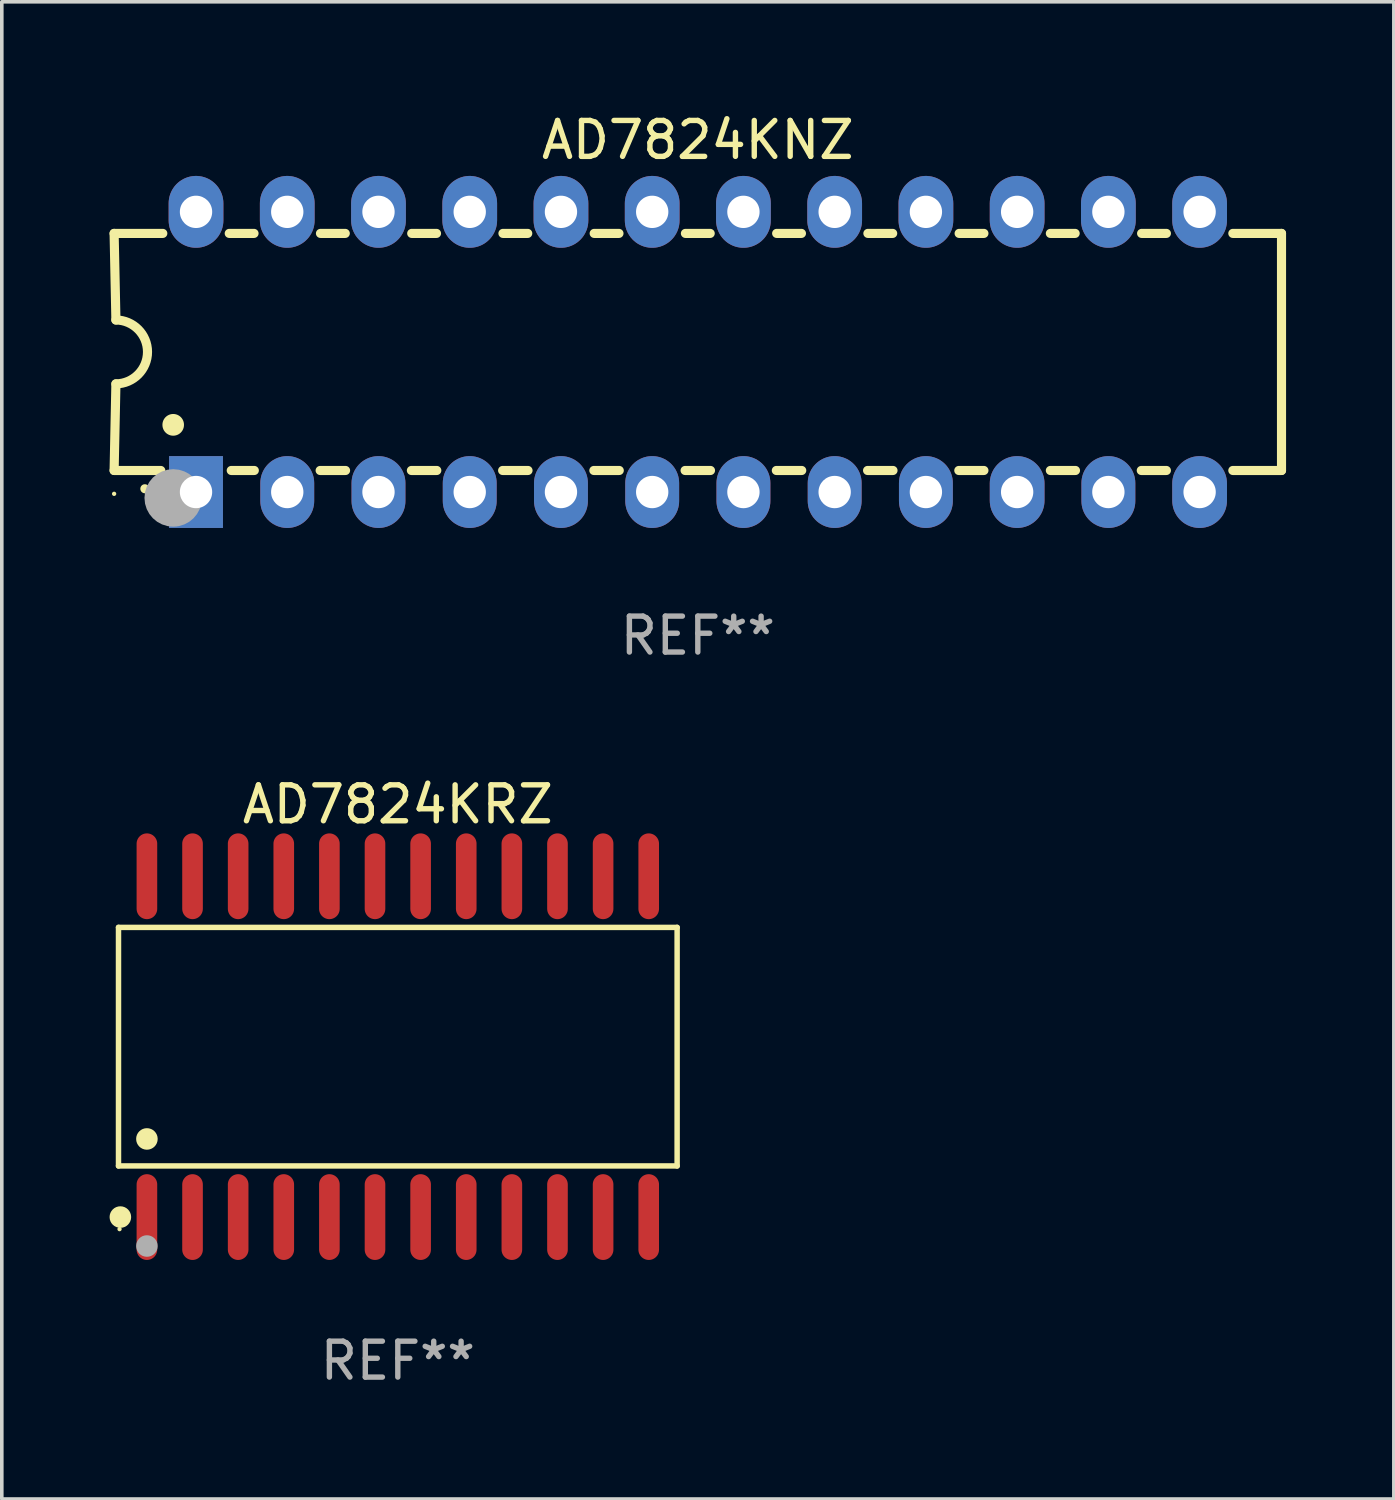
<source format=kicad_pcb>
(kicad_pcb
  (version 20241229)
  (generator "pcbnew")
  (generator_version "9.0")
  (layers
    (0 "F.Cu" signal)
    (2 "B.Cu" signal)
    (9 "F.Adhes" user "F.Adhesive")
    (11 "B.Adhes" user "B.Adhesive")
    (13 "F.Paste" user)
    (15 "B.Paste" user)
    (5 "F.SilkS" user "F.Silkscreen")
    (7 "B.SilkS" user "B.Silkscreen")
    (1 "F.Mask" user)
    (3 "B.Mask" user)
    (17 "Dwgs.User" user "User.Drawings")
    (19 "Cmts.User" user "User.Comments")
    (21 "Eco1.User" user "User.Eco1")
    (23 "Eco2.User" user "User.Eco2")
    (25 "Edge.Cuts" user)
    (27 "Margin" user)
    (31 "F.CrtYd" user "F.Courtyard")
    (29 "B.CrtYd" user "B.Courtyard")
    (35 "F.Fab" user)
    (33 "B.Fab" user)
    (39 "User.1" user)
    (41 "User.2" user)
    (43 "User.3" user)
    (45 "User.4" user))
  (footprint "AD7824KRZ"
    (layer "F.Cu")
    (at 8.025 26.089)
    (property "Reference" "AD7824KRZ" (at 0 -6.744 0) (layer "F.SilkS") (effects (font (size 1 1) (thickness 0.15))))
    (attr through_hole)
    (fp_line (start -7.776 -3.321) (end 7.776 -3.321) (stroke (width 0.152) (type solid)) (layer "F.SilkS"))
    (fp_line (start -7.776 3.321) (end -7.776 -3.321) (stroke (width 0.152) (type solid)) (layer "F.SilkS"))
    (fp_line (start 7.776 -3.321) (end 7.776 3.321) (stroke (width 0.152) (type solid)) (layer "F.SilkS"))
    (fp_line (start 7.776 3.321) (end -7.776 3.321) (stroke (width 0.152) (type solid)) (layer "F.SilkS"))
    (fp_circle (center -7.747 5.08) (end -7.717 5.08) (stroke (width 0.06) (type solid)) (fill no) (layer "F.SilkS"))
    (fp_circle (center -7.724 4.744) (end -7.574 4.744) (stroke (width 0.3) (type solid)) (fill no) (layer "F.SilkS"))
    (fp_circle (center -6.985 2.569) (end -6.835 2.569) (stroke (width 0.3) (type solid)) (fill no) (layer "F.SilkS"))
    (fp_circle (center -6.985 5.55) (end -6.835 5.55) (stroke (width 0.3) (type solid)) (fill no) (layer "F.Fab"))
    (fp_text user "REF**" (at 0 8.744 0) (layer "F.Fab") (effects (font (size 1 1) (thickness 0.15))))
    (pad "1" smd oval (at -6.985 4.744) (size 0.574 2.388) (layers "F.Cu" "F.Mask" "F.Paste"))
    (pad "2" smd oval (at -5.715 4.744) (size 0.574 2.388) (layers "F.Cu" "F.Mask" "F.Paste"))
    (pad "3" smd oval (at -4.445 4.744) (size 0.574 2.388) (layers "F.Cu" "F.Mask" "F.Paste"))
    (pad "4" smd oval (at -3.175 4.744) (size 0.574 2.388) (layers "F.Cu" "F.Mask" "F.Paste"))
    (pad "5" smd oval (at -1.905 4.744) (size 0.574 2.388) (layers "F.Cu" "F.Mask" "F.Paste"))
    (pad "6" smd oval (at -0.635 4.744) (size 0.574 2.388) (layers "F.Cu" "F.Mask" "F.Paste"))
    (pad "7" smd oval (at 0.635 4.744) (size 0.574 2.388) (layers "F.Cu" "F.Mask" "F.Paste"))
    (pad "8" smd oval (at 1.905 4.744) (size 0.574 2.388) (layers "F.Cu" "F.Mask" "F.Paste"))
    (pad "9" smd oval (at 3.175 4.744) (size 0.574 2.388) (layers "F.Cu" "F.Mask" "F.Paste"))
    (pad "10" smd oval (at 4.445 4.744) (size 0.574 2.388) (layers "F.Cu" "F.Mask" "F.Paste"))
    (pad "11" smd oval (at 5.715 4.744) (size 0.574 2.388) (layers "F.Cu" "F.Mask" "F.Paste"))
    (pad "12" smd oval (at 6.985 4.744) (size 0.574 2.388) (layers "F.Cu" "F.Mask" "F.Paste"))
    (pad "13" smd oval (at 6.985 -4.744) (size 0.574 2.388) (layers "F.Cu" "F.Mask" "F.Paste"))
    (pad "14" smd oval (at 5.715 -4.744) (size 0.574 2.388) (layers "F.Cu" "F.Mask" "F.Paste"))
    (pad "15" smd oval (at 4.445 -4.744) (size 0.574 2.388) (layers "F.Cu" "F.Mask" "F.Paste"))
    (pad "16" smd oval (at 3.175 -4.744) (size 0.574 2.388) (layers "F.Cu" "F.Mask" "F.Paste"))
    (pad "17" smd oval (at 1.905 -4.744) (size 0.574 2.388) (layers "F.Cu" "F.Mask" "F.Paste"))
    (pad "18" smd oval (at 0.635 -4.744) (size 0.574 2.388) (layers "F.Cu" "F.Mask" "F.Paste"))
    (pad "19" smd oval (at -0.635 -4.744) (size 0.574 2.388) (layers "F.Cu" "F.Mask" "F.Paste"))
    (pad "20" smd oval (at -1.905 -4.744) (size 0.574 2.388) (layers "F.Cu" "F.Mask" "F.Paste"))
    (pad "21" smd oval (at -3.175 -4.744) (size 0.574 2.388) (layers "F.Cu" "F.Mask" "F.Paste"))
    (pad "22" smd oval (at -4.445 -4.744) (size 0.574 2.388) (layers "F.Cu" "F.Mask" "F.Paste"))
    (pad "23" smd oval (at -5.715 -4.744) (size 0.574 2.388) (layers "F.Cu" "F.Mask" "F.Paste"))
    (pad "24" smd oval (at -6.985 -4.744) (size 0.574 2.388) (layers "F.Cu" "F.Mask" "F.Paste")))
  (footprint "AD7824KNZ"
    (layer "F.Cu")
    (at 16.377 6.748)
    (property "Reference" "AD7824KNZ" (at 0 -5.9 0) (layer "F.SilkS") (effects (font (size 1 1) (thickness 0.15))))
    (attr through_hole)
    (fp_line (start -16.25 -3.3) (end -16.2 -0.889) (stroke (width 0.254) (type solid)) (layer "F.SilkS"))
    (fp_line (start -16.25 -3.3) (end -14.895 -3.3) (stroke (width 0.254) (type solid)) (layer "F.SilkS"))
    (fp_line (start -16.25 3.3) (end -16.2 0.889) (stroke (width 0.254) (type solid)) (layer "F.SilkS"))
    (fp_line (start -16.25 3.3) (end -14.951 3.3) (stroke (width 0.254) (type solid)) (layer "F.SilkS"))
    (fp_line (start -13.045 -3.3) (end -12.355 -3.3) (stroke (width 0.254) (type solid)) (layer "F.SilkS"))
    (fp_line (start -12.989 3.3) (end -12.347 3.3) (stroke (width 0.254) (type solid)) (layer "F.SilkS"))
    (fp_line (start -10.514 3.3) (end -9.807 3.3) (stroke (width 0.254) (type solid)) (layer "F.SilkS"))
    (fp_line (start -10.505 -3.3) (end -9.815 -3.3) (stroke (width 0.254) (type solid)) (layer "F.SilkS"))
    (fp_line (start -7.974 3.3) (end -7.267 3.3) (stroke (width 0.254) (type solid)) (layer "F.SilkS"))
    (fp_line (start -7.965 -3.3) (end -7.275 -3.3) (stroke (width 0.254) (type solid)) (layer "F.SilkS"))
    (fp_line (start -5.434 3.3) (end -4.727 3.3) (stroke (width 0.254) (type solid)) (layer "F.SilkS"))
    (fp_line (start -5.425 -3.3) (end -4.735 -3.3) (stroke (width 0.254) (type solid)) (layer "F.SilkS"))
    (fp_line (start -2.894 3.3) (end -2.187 3.3) (stroke (width 0.254) (type solid)) (layer "F.SilkS"))
    (fp_line (start -2.885 -3.3) (end -2.195 -3.3) (stroke (width 0.254) (type solid)) (layer "F.SilkS"))
    (fp_line (start -0.354 3.3) (end 0.353 3.3) (stroke (width 0.254) (type solid)) (layer "F.SilkS"))
    (fp_line (start -0.345 -3.3) (end 0.345 -3.3) (stroke (width 0.254) (type solid)) (layer "F.SilkS"))
    (fp_line (start 2.186 3.3) (end 2.893 3.3) (stroke (width 0.254) (type solid)) (layer "F.SilkS"))
    (fp_line (start 2.195 -3.3) (end 2.885 -3.3) (stroke (width 0.254) (type solid)) (layer "F.SilkS"))
    (fp_line (start 4.726 3.3) (end 5.434 3.3) (stroke (width 0.254) (type solid)) (layer "F.SilkS"))
    (fp_line (start 4.735 -3.3) (end 5.425 -3.3) (stroke (width 0.254) (type solid)) (layer "F.SilkS"))
    (fp_line (start 7.266 3.3) (end 7.965 3.3) (stroke (width 0.254) (type solid)) (layer "F.SilkS"))
    (fp_line (start 7.275 -3.3) (end 7.965 -3.3) (stroke (width 0.254) (type solid)) (layer "F.SilkS"))
    (fp_line (start 9.815 -3.3) (end 10.505 -3.3) (stroke (width 0.254) (type solid)) (layer "F.SilkS"))
    (fp_line (start 9.815 3.3) (end 10.514 3.3) (stroke (width 0.254) (type solid)) (layer "F.SilkS"))
    (fp_line (start 12.346 3.3) (end 13.045 3.3) (stroke (width 0.254) (type solid)) (layer "F.SilkS"))
    (fp_line (start 12.355 -3.3) (end 13.045 -3.3) (stroke (width 0.254) (type solid)) (layer "F.SilkS"))
    (fp_line (start 16.25 -3.3) (end 14.895 -3.3) (stroke (width 0.254) (type solid)) (layer "F.SilkS"))
    (fp_line (start 16.25 -3.3) (end 16.25 3.3) (stroke (width 0.254) (type solid)) (layer "F.SilkS"))
    (fp_line (start 16.25 3.3) (end 14.895 3.3) (stroke (width 0.254) (type solid)) (layer "F.SilkS"))
    (fp_arc (start -16.201016 -0.890146) (mid -15.311429 -0.001055) (end -16.200025 0.889027) (stroke (width 0.254001) (type solid)) (layer "F.SilkS"))
    (fp_arc (start -15.394971 3.810033) (mid -15.394978 3.808763) (end -15.394971 3.807493) (stroke (width 0.25) (type solid)) (layer "F.SilkS"))
    (fp_arc (start -14.605029 2.032029) (mid -14.60504 2.029489) (end -14.605029 2.026949) (stroke (width 0.6) (type solid)) (layer "F.SilkS"))
    (fp_circle (center -16.25 3.95) (end -16.22 3.95) (stroke (width 0.06) (type solid)) (fill no) (layer "F.SilkS"))
    (fp_circle (center -14.605 4.064) (end -14.205 4.064) (stroke (width 0.8) (type solid)) (fill no) (layer "F.Fab"))
    (fp_text user "REF**" (at 0 7.9 0) (layer "F.Fab") (effects (font (size 1 1) (thickness 0.15))))
    (pad "1" thru_hole rect (at -13.97 3.9 90) (size 2 1.5) (drill 0.9) (layers "*.Cu" "*.Mask"))
    (pad "2" thru_hole oval (at -11.43 3.9 90) (size 2 1.5) (drill 0.9) (layers "*.Cu" "*.Mask"))
    (pad "3" thru_hole oval (at -8.89 3.9 90) (size 2 1.5) (drill 0.9) (layers "*.Cu" "*.Mask"))
    (pad "4" thru_hole oval (at -6.35 3.9 90) (size 2 1.5) (drill 0.9) (layers "*.Cu" "*.Mask"))
    (pad "5" thru_hole oval (at -3.81 3.9 90) (size 2 1.5) (drill 0.9) (layers "*.Cu" "*.Mask"))
    (pad "6" thru_hole oval (at -1.27 3.9 90) (size 2 1.5) (drill 0.9) (layers "*.Cu" "*.Mask"))
    (pad "7" thru_hole oval (at 1.27 3.9 90) (size 2 1.5) (drill 0.9) (layers "*.Cu" "*.Mask"))
    (pad "8" thru_hole oval (at 3.81 3.9 90) (size 2 1.5) (drill 0.9) (layers "*.Cu" "*.Mask"))
    (pad "9" thru_hole oval (at 6.35 3.9 90) (size 2 1.5) (drill 0.9) (layers "*.Cu" "*.Mask"))
    (pad "10" thru_hole oval (at 8.89 3.9 90) (size 2 1.524) (drill 0.9) (layers "*.Cu" "*.Mask"))
    (pad "11" thru_hole oval (at 11.43 3.9 90) (size 2 1.5) (drill 0.9) (layers "*.Cu" "*.Mask"))
    (pad "12" thru_hole oval (at 13.97 3.9 90) (size 2 1.524) (drill 0.9) (layers "*.Cu" "*.Mask"))
    (pad "13" thru_hole oval (at 13.97 -3.9 90) (size 2 1.524) (drill 0.9) (layers "*.Cu" "*.Mask"))
    (pad "14" thru_hole oval (at 11.43 -3.9 90) (size 2 1.524) (drill 0.9) (layers "*.Cu" "*.Mask"))
    (pad "15" thru_hole oval (at 8.89 -3.9 90) (size 2 1.524) (drill 0.9) (layers "*.Cu" "*.Mask"))
    (pad "16" thru_hole oval (at 6.35 -3.9 90) (size 2 1.524) (drill 0.9) (layers "*.Cu" "*.Mask"))
    (pad "17" thru_hole oval (at 3.81 -3.9 90) (size 2 1.524) (drill 0.9) (layers "*.Cu" "*.Mask"))
    (pad "18" thru_hole oval (at 1.27 -3.9 90) (size 2 1.524) (drill 0.9) (layers "*.Cu" "*.Mask"))
    (pad "19" thru_hole oval (at -1.27 -3.9 90) (size 2 1.524) (drill 0.9) (layers "*.Cu" "*.Mask"))
    (pad "20" thru_hole oval (at -3.81 -3.9 90) (size 2 1.524) (drill 0.9) (layers "*.Cu" "*.Mask"))
    (pad "21" thru_hole oval (at -6.35 -3.9 90) (size 2 1.524) (drill 0.9) (layers "*.Cu" "*.Mask"))
    (pad "22" thru_hole oval (at -8.89 -3.9 90) (size 2 1.524) (drill 0.9) (layers "*.Cu" "*.Mask"))
    (pad "23" thru_hole oval (at -11.43 -3.9 90) (size 2 1.524) (drill 0.9) (layers "*.Cu" "*.Mask"))
    (pad "24" thru_hole oval (at -13.97 -3.9 90) (size 2 1.524) (drill 0.9) (layers "*.Cu" "*.Mask")))
  (gr_rect
    (start -3 -3)
    (end 35.754 38.681)
    (stroke (width 0.1) (type default))
    (fill no)
    (layer "Edge.Cuts")))
</source>
